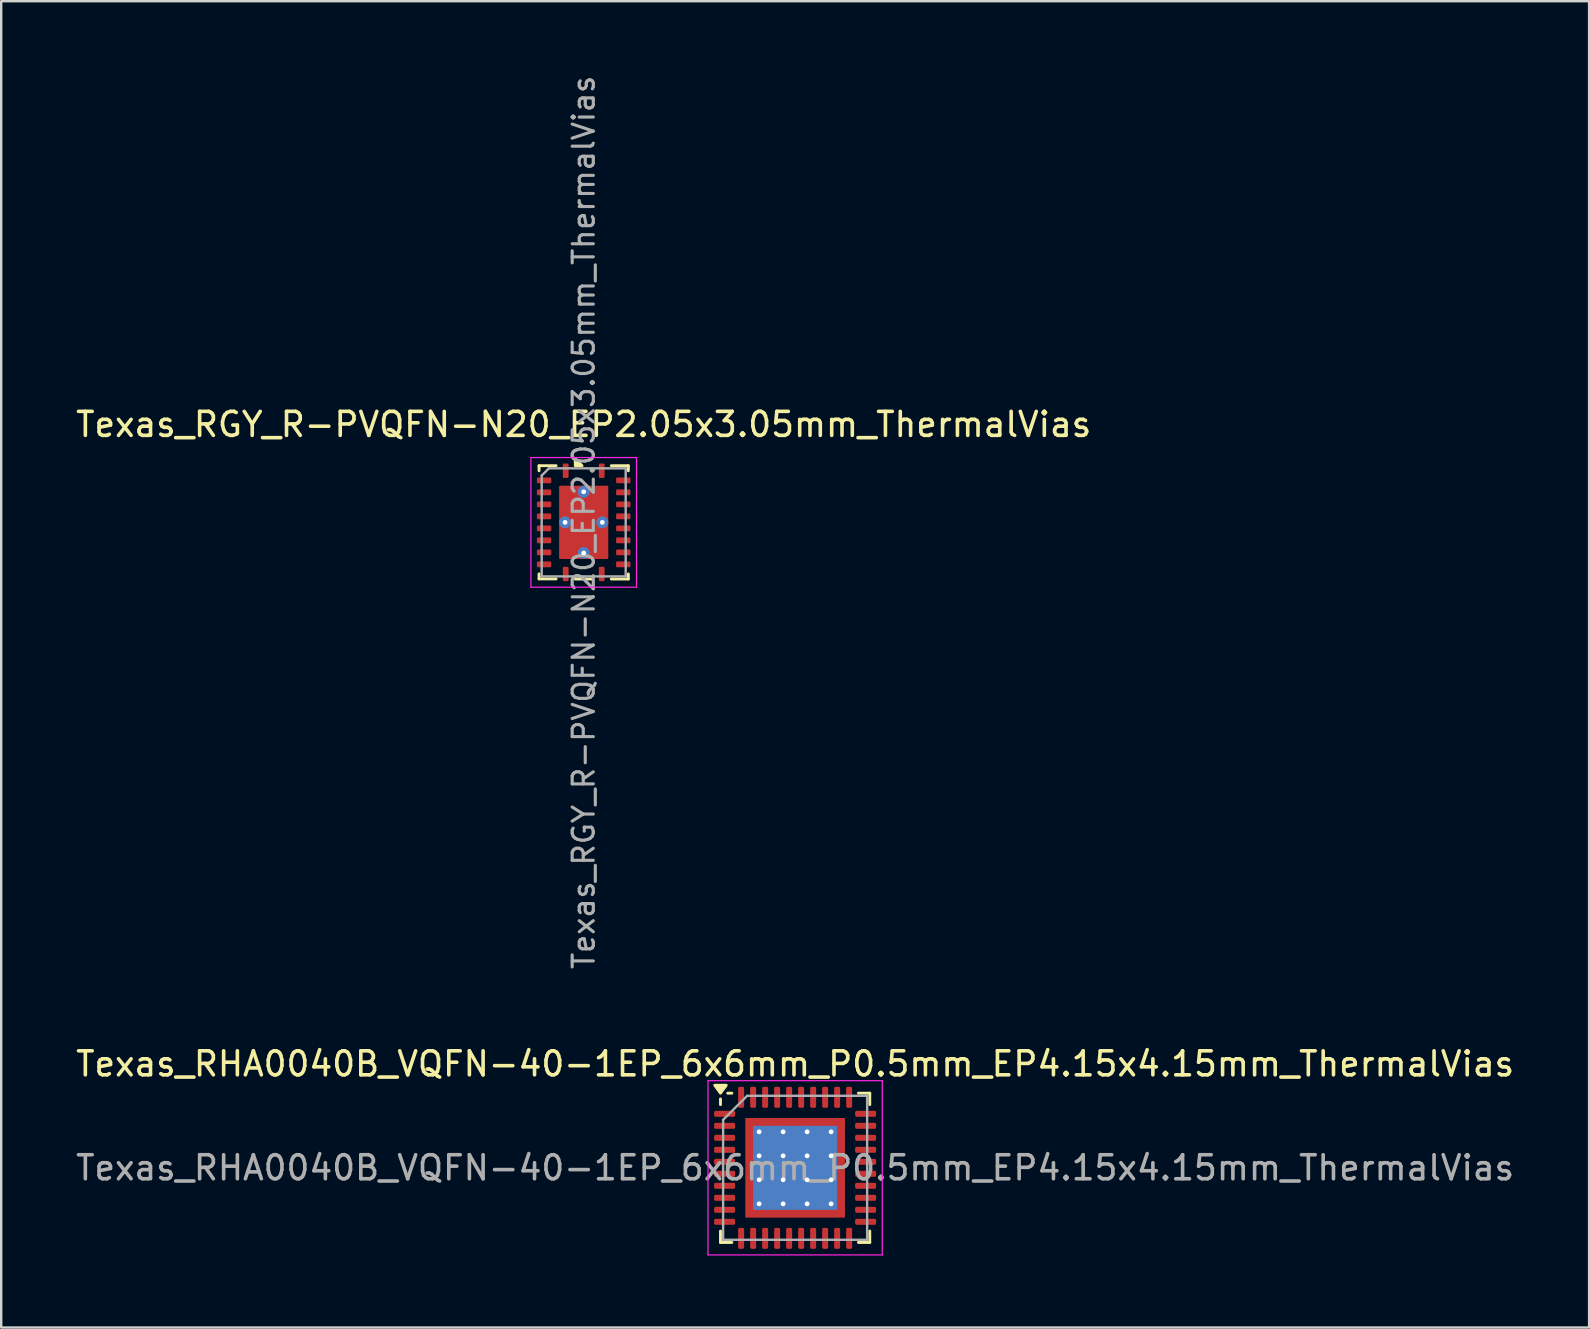
<source format=kicad_pcb>
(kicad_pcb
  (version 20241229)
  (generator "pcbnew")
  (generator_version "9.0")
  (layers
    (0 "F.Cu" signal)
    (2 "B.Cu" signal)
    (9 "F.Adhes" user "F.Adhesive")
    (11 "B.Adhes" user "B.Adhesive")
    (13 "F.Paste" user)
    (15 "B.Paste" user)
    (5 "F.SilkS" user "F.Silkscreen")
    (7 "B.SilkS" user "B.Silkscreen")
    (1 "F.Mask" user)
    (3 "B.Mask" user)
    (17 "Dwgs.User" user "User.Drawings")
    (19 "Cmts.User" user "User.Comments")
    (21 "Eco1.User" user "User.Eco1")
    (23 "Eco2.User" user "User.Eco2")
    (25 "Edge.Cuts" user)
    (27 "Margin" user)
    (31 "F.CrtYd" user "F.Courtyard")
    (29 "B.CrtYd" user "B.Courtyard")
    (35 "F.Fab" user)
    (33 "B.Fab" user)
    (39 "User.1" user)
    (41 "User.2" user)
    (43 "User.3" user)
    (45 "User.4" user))
  (footprint "Texas_RGY_R-PVQFN-N20_EP2.05x3.05mm_ThermalVias"
    (layer "F.Cu")
    (at 21.268 18.713)
    (property "Reference" "Texas_RGY_R-PVQFN-N20_EP2.05x3.05mm_ThermalVias" (at 0 -4.08 0) (layer "F.SilkS") (effects (font (size 1 1) (thickness 0.15))))
    (attr smd)
    (fp_line (start -1.86 -2.36) (end -1.86 -2.15) (stroke (width 0.12) (type solid)) (layer "F.SilkS"))
    (fp_line (start -1.86 2.355) (end -1.86 2.145) (stroke (width 0.12) (type solid)) (layer "F.SilkS"))
    (fp_line (start -1.15 -2.36) (end -1.86 -2.36) (stroke (width 0.12) (type solid)) (layer "F.SilkS"))
    (fp_line (start -1.15 2.355) (end -1.86 2.355) (stroke (width 0.12) (type solid)) (layer "F.SilkS"))
    (fp_line (start 0.35 2.36) (end -0.35 2.36) (stroke (width 0.12) (type solid)) (layer "F.SilkS"))
    (fp_line (start 1.15 -2.36) (end 1.86 -2.36) (stroke (width 0.12) (type solid)) (layer "F.SilkS"))
    (fp_line (start 1.15 2.36) (end 1.86 2.36) (stroke (width 0.12) (type solid)) (layer "F.SilkS"))
    (fp_line (start 1.86 -2.36) (end 1.86 -2.15) (stroke (width 0.12) (type solid)) (layer "F.SilkS"))
    (fp_line (start 1.86 2.36) (end 1.86 2.15) (stroke (width 0.12) (type solid)) (layer "F.SilkS"))
    (fp_poly (pts (xy -0.35 -2.36) (xy -0.35 -2.64) (xy -0.07 -2.36) (xy -0.35 -2.36)) (stroke (width 0.12) (type solid)) (fill yes) (layer "F.SilkS"))
    (fp_line (start -2.2 -2.7) (end -2.2 2.7) (stroke (width 0.05) (type solid)) (layer "F.CrtYd"))
    (fp_line (start -2.2 2.7) (end 2.2 2.7) (stroke (width 0.05) (type solid)) (layer "F.CrtYd"))
    (fp_line (start 2.2 -2.7) (end -2.2 -2.7) (stroke (width 0.05) (type solid)) (layer "F.CrtYd"))
    (fp_line (start 2.2 2.7) (end 2.2 -2.7) (stroke (width 0.05) (type solid)) (layer "F.CrtYd"))
    (fp_line (start -1.75 -1.95) (end -1.45 -2.25) (stroke (width 0.1) (type solid)) (layer "F.Fab"))
    (fp_line (start -1.75 2.25) (end -1.75 -1.95) (stroke (width 0.1) (type solid)) (layer "F.Fab"))
    (fp_line (start -1.45 -2.25) (end 1.75 -2.25) (stroke (width 0.1) (type solid)) (layer "F.Fab"))
    (fp_line (start 1.75 -2.25) (end 1.75 2.25) (stroke (width 0.1) (type solid)) (layer "F.Fab"))
    (fp_line (start 1.75 2.25) (end -1.75 2.25) (stroke (width 0.1) (type solid)) (layer "F.Fab"))
    (fp_text user "${REFERENCE}" (at 0 0 90) (layer "F.Fab") (effects (font (size 0.88 0.88) (thickness 0.13))))
    (pad "" smd rect (at -0.56 -0.77) (size 0.92 1.33) (layers "F.Paste"))
    (pad "" smd rect (at -0.56 0.77) (size 0.92 1.33) (layers "F.Paste"))
    (pad "" smd rect (at 0.56 -0.77) (size 0.92 1.33) (layers "F.Paste"))
    (pad "" smd rect (at 0.56 0.77) (size 0.92 1.33) (layers "F.Paste"))
    (pad "1" smd roundrect (at -0.75 -2.15 90) (size 0.6 0.24) (layers "F.Cu" "F.Mask" "F.Paste") (roundrect_rratio 0.208))
    (pad "2" smd roundrect (at -1.65 -1.75) (size 0.6 0.24) (layers "F.Cu" "F.Mask" "F.Paste") (roundrect_rratio 0.208))
    (pad "3" smd roundrect (at -1.65 -1.25) (size 0.6 0.24) (layers "F.Cu" "F.Mask" "F.Paste") (roundrect_rratio 0.208))
    (pad "4" smd roundrect (at -1.65 -0.75) (size 0.6 0.24) (layers "F.Cu" "F.Mask" "F.Paste") (roundrect_rratio 0.208))
    (pad "5" smd roundrect (at -1.65 -0.25) (size 0.6 0.24) (layers "F.Cu" "F.Mask" "F.Paste") (roundrect_rratio 0.208))
    (pad "6" smd roundrect (at -1.65 0.25) (size 0.6 0.24) (layers "F.Cu" "F.Mask" "F.Paste") (roundrect_rratio 0.208))
    (pad "7" smd roundrect (at -1.65 0.75) (size 0.6 0.24) (layers "F.Cu" "F.Mask" "F.Paste") (roundrect_rratio 0.208))
    (pad "8" smd roundrect (at -1.65 1.25) (size 0.6 0.24) (layers "F.Cu" "F.Mask" "F.Paste") (roundrect_rratio 0.208))
    (pad "9" smd roundrect (at -1.65 1.75) (size 0.6 0.24) (layers "F.Cu" "F.Mask" "F.Paste") (roundrect_rratio 0.208))
    (pad "10" smd roundrect (at -0.75 2.15 90) (size 0.6 0.24) (layers "F.Cu" "F.Mask" "F.Paste") (roundrect_rratio 0.208))
    (pad "11" smd roundrect (at 0.75 2.15 90) (size 0.6 0.24) (layers "F.Cu" "F.Mask" "F.Paste") (roundrect_rratio 0.208))
    (pad "12" smd roundrect (at 1.65 1.75) (size 0.6 0.24) (layers "F.Cu" "F.Mask" "F.Paste") (roundrect_rratio 0.208))
    (pad "13" smd roundrect (at 1.65 1.25) (size 0.6 0.24) (layers "F.Cu" "F.Mask" "F.Paste") (roundrect_rratio 0.208))
    (pad "14" smd roundrect (at 1.65 0.75) (size 0.6 0.24) (layers "F.Cu" "F.Mask" "F.Paste") (roundrect_rratio 0.208))
    (pad "15" smd roundrect (at 1.65 0.25) (size 0.6 0.24) (layers "F.Cu" "F.Mask" "F.Paste") (roundrect_rratio 0.208))
    (pad "16" smd roundrect (at 1.65 -0.25) (size 0.6 0.24) (layers "F.Cu" "F.Mask" "F.Paste") (roundrect_rratio 0.208))
    (pad "17" smd roundrect (at 1.65 -0.75) (size 0.6 0.24) (layers "F.Cu" "F.Mask" "F.Paste") (roundrect_rratio 0.208))
    (pad "18" smd roundrect (at 1.65 -1.25) (size 0.6 0.24) (layers "F.Cu" "F.Mask" "F.Paste") (roundrect_rratio 0.208))
    (pad "19" smd roundrect (at 1.65 -1.75) (size 0.6 0.24) (layers "F.Cu" "F.Mask" "F.Paste") (roundrect_rratio 0.208))
    (pad "20" smd roundrect (at 0.75 -2.15 90) (size 0.6 0.24) (layers "F.Cu" "F.Mask" "F.Paste") (roundrect_rratio 0.208))
    (pad "21" thru_hole circle (at -0.775 0) (size 0.5 0.5) (drill 0.2) (layers "*.Cu"))
    (pad "21" thru_hole circle (at 0 -1.275) (size 0.5 0.5) (drill 0.2) (layers "*.Cu"))
    (pad "21" smd roundrect (at 0 0) (size 2.05 3.05) (layers "F.Cu" "F.Mask") (roundrect_rratio 0.024))
    (pad "21" thru_hole circle (at 0 1.275) (size 0.5 0.5) (drill 0.2) (layers "*.Cu"))
    (pad "21" thru_hole circle (at 0.775 0) (size 0.5 0.5) (drill 0.2) (layers "*.Cu")))
  (footprint "Texas_RHA0040B_VQFN-40-1EP_6x6mm_P0.5mm_EP4.15x4.15mm_ThermalVias"
    (layer "F.Cu")
    (at 30.077 45.604)
    (property "Reference" "Texas_RHA0040B_VQFN-40-1EP_6x6mm_P0.5mm_EP4.15x4.15mm_ThermalVias" (at 0 -4.33 0) (layer "F.SilkS") (effects (font (size 1 1) (thickness 0.15))))
    (attr smd)
    (fp_line (start -3.11 -2.635) (end -3.11 -2.87) (stroke (width 0.12) (type solid)) (layer "F.SilkS"))
    (fp_line (start -3.11 3.11) (end -3.11 2.635) (stroke (width 0.12) (type solid)) (layer "F.SilkS"))
    (fp_line (start -2.635 -3.11) (end -2.81 -3.11) (stroke (width 0.12) (type solid)) (layer "F.SilkS"))
    (fp_line (start -2.635 3.11) (end -3.11 3.11) (stroke (width 0.12) (type solid)) (layer "F.SilkS"))
    (fp_line (start 2.635 -3.11) (end 3.11 -3.11) (stroke (width 0.12) (type solid)) (layer "F.SilkS"))
    (fp_line (start 2.635 3.11) (end 3.11 3.11) (stroke (width 0.12) (type solid)) (layer "F.SilkS"))
    (fp_line (start 3.11 -3.11) (end 3.11 -2.635) (stroke (width 0.12) (type solid)) (layer "F.SilkS"))
    (fp_line (start 3.11 3.11) (end 3.11 2.635) (stroke (width 0.12) (type solid)) (layer "F.SilkS"))
    (fp_poly (pts (xy -3.11 -3.11) (xy -3.35 -3.44) (xy -2.87 -3.44) (xy -3.11 -3.11)) (stroke (width 0.12) (type solid)) (fill yes) (layer "F.SilkS"))
    (fp_line (start -3.63 -3.63) (end -3.63 3.63) (stroke (width 0.05) (type solid)) (layer "F.CrtYd"))
    (fp_line (start -3.63 3.63) (end 3.63 3.63) (stroke (width 0.05) (type solid)) (layer "F.CrtYd"))
    (fp_line (start 3.63 -3.63) (end -3.63 -3.63) (stroke (width 0.05) (type solid)) (layer "F.CrtYd"))
    (fp_line (start 3.63 3.63) (end 3.63 -3.63) (stroke (width 0.05) (type solid)) (layer "F.CrtYd"))
    (fp_line (start -3 -2) (end -2 -3) (stroke (width 0.1) (type solid)) (layer "F.Fab"))
    (fp_line (start -3 3) (end -3 -2) (stroke (width 0.1) (type solid)) (layer "F.Fab"))
    (fp_line (start -2 -3) (end 3 -3) (stroke (width 0.1) (type solid)) (layer "F.Fab"))
    (fp_line (start 3 -3) (end 3 3) (stroke (width 0.1) (type solid)) (layer "F.Fab"))
    (fp_line (start 3 3) (end -3 3) (stroke (width 0.1) (type solid)) (layer "F.Fab"))
    (fp_text user "${REFERENCE}" (at 0 0 0) (layer "F.Fab") (effects (font (size 1 1) (thickness 0.15))))
    (pad "" smd custom (at -1.788 -1.788) (size 0.342 0.342) (layers "F.Paste") (options (anchor circle)) (primitives (gr_poly (pts (xy -0.116 -0.116) (xy 0.116 -0.116) (xy 0.116 0.012) (xy 0.012 0.116) (xy -0.116 0.116)) (width 0.232) (fill yes))))
    (pad "" smd custom (at -1.788 -1) (size 0.371 0.371) (layers "F.Paste") (options (anchor circle)) (primitives (gr_poly (pts (xy -0.14 -0.311) (xy 0.063 -0.311) (xy 0.14 -0.235) (xy 0.14 0.235) (xy 0.063 0.311) (xy -0.14 0.311)) (width 0.184) (fill yes))))
    (pad "" smd custom (at -1.788 0) (size 0.371 0.371) (layers "F.Paste") (options (anchor circle)) (primitives (gr_poly (pts (xy -0.14 -0.311) (xy 0.063 -0.311) (xy 0.14 -0.235) (xy 0.14 0.235) (xy 0.063 0.311) (xy -0.14 0.311)) (width 0.184) (fill yes))))
    (pad "" smd custom (at -1.788 1) (size 0.371 0.371) (layers "F.Paste") (options (anchor circle)) (primitives (gr_poly (pts (xy -0.14 -0.311) (xy 0.063 -0.311) (xy 0.14 -0.235) (xy 0.14 0.235) (xy 0.063 0.311) (xy -0.14 0.311)) (width 0.184) (fill yes))))
    (pad "" smd custom (at -1.788 1.788) (size 0.342 0.342) (layers "F.Paste") (options (anchor circle)) (primitives (gr_poly (pts (xy -0.116 -0.116) (xy 0.012 -0.116) (xy 0.116 -0.012) (xy 0.116 0.116) (xy -0.116 0.116)) (width 0.232) (fill yes))))
    (pad "" smd custom (at -1 -1.788) (size 0.371 0.371) (layers "F.Paste") (options (anchor circle)) (primitives (gr_poly (pts (xy -0.311 -0.14) (xy 0.311 -0.14) (xy 0.311 0.063) (xy 0.235 0.14) (xy -0.235 0.14) (xy -0.311 0.063)) (width 0.184) (fill yes))))
    (pad "" smd roundrect (at -1 -1) (size 0.806 0.806) (layers "F.Paste") (roundrect_rratio 0.25))
    (pad "" smd roundrect (at -1 0) (size 0.806 0.806) (layers "F.Paste") (roundrect_rratio 0.25))
    (pad "" smd roundrect (at -1 1) (size 0.806 0.806) (layers "F.Paste") (roundrect_rratio 0.25))
    (pad "" smd custom (at -1 1.788) (size 0.371 0.371) (layers "F.Paste") (options (anchor circle)) (primitives (gr_poly (pts (xy -0.311 -0.063) (xy -0.235 -0.14) (xy 0.235 -0.14) (xy 0.311 -0.063) (xy 0.311 0.14) (xy -0.311 0.14)) (width 0.184) (fill yes))))
    (pad "" smd custom (at 0 -1.788) (size 0.371 0.371) (layers "F.Paste") (options (anchor circle)) (primitives (gr_poly (pts (xy -0.311 -0.14) (xy 0.311 -0.14) (xy 0.311 0.063) (xy 0.235 0.14) (xy -0.235 0.14) (xy -0.311 0.063)) (width 0.184) (fill yes))))
    (pad "" smd roundrect (at 0 -1) (size 0.806 0.806) (layers "F.Paste") (roundrect_rratio 0.25))
    (pad "" smd roundrect (at 0 0) (size 0.806 0.806) (layers "F.Paste") (roundrect_rratio 0.25))
    (pad "" smd roundrect (at 0 1) (size 0.806 0.806) (layers "F.Paste") (roundrect_rratio 0.25))
    (pad "" smd custom (at 0 1.788) (size 0.371 0.371) (layers "F.Paste") (options (anchor circle)) (primitives (gr_poly (pts (xy -0.311 -0.063) (xy -0.235 -0.14) (xy 0.235 -0.14) (xy 0.311 -0.063) (xy 0.311 0.14) (xy -0.311 0.14)) (width 0.184) (fill yes))))
    (pad "" smd custom (at 1 -1.788) (size 0.371 0.371) (layers "F.Paste") (options (anchor circle)) (primitives (gr_poly (pts (xy -0.311 -0.14) (xy 0.311 -0.14) (xy 0.311 0.063) (xy 0.235 0.14) (xy -0.235 0.14) (xy -0.311 0.063)) (width 0.184) (fill yes))))
    (pad "" smd roundrect (at 1 -1) (size 0.806 0.806) (layers "F.Paste") (roundrect_rratio 0.25))
    (pad "" smd roundrect (at 1 0) (size 0.806 0.806) (layers "F.Paste") (roundrect_rratio 0.25))
    (pad "" smd roundrect (at 1 1) (size 0.806 0.806) (layers "F.Paste") (roundrect_rratio 0.25))
    (pad "" smd custom (at 1 1.788) (size 0.371 0.371) (layers "F.Paste") (options (anchor circle)) (primitives (gr_poly (pts (xy -0.311 -0.063) (xy -0.235 -0.14) (xy 0.235 -0.14) (xy 0.311 -0.063) (xy 0.311 0.14) (xy -0.311 0.14)) (width 0.184) (fill yes))))
    (pad "" smd custom (at 1.788 -1.788) (size 0.342 0.342) (layers "F.Paste") (options (anchor circle)) (primitives (gr_poly (pts (xy -0.116 -0.116) (xy 0.116 -0.116) (xy 0.116 0.116) (xy -0.012 0.116) (xy -0.116 0.012)) (width 0.232) (fill yes))))
    (pad "" smd custom (at 1.788 -1) (size 0.371 0.371) (layers "F.Paste") (options (anchor circle)) (primitives (gr_poly (pts (xy -0.14 -0.235) (xy -0.063 -0.311) (xy 0.14 -0.311) (xy 0.14 0.311) (xy -0.063 0.311) (xy -0.14 0.235)) (width 0.184) (fill yes))))
    (pad "" smd custom (at 1.788 0) (size 0.371 0.371) (layers "F.Paste") (options (anchor circle)) (primitives (gr_poly (pts (xy -0.14 -0.235) (xy -0.063 -0.311) (xy 0.14 -0.311) (xy 0.14 0.311) (xy -0.063 0.311) (xy -0.14 0.235)) (width 0.184) (fill yes))))
    (pad "" smd custom (at 1.788 1) (size 0.371 0.371) (layers "F.Paste") (options (anchor circle)) (primitives (gr_poly (pts (xy -0.14 -0.235) (xy -0.063 -0.311) (xy 0.14 -0.311) (xy 0.14 0.311) (xy -0.063 0.311) (xy -0.14 0.235)) (width 0.184) (fill yes))))
    (pad "" smd custom (at 1.788 1.788) (size 0.342 0.342) (layers "F.Paste") (options (anchor circle)) (primitives (gr_poly (pts (xy -0.116 -0.012) (xy -0.012 -0.116) (xy 0.116 -0.116) (xy 0.116 0.116) (xy -0.116 0.116)) (width 0.232) (fill yes))))
    (pad "1" smd roundrect (at -2.938 -2.25) (size 0.875 0.25) (layers "F.Cu" "F.Mask" "F.Paste") (roundrect_rratio 0.25))
    (pad "2" smd roundrect (at -2.938 -1.75) (size 0.875 0.25) (layers "F.Cu" "F.Mask" "F.Paste") (roundrect_rratio 0.25))
    (pad "3" smd roundrect (at -2.938 -1.25) (size 0.875 0.25) (layers "F.Cu" "F.Mask" "F.Paste") (roundrect_rratio 0.25))
    (pad "4" smd roundrect (at -2.938 -0.75) (size 0.875 0.25) (layers "F.Cu" "F.Mask" "F.Paste") (roundrect_rratio 0.25))
    (pad "5" smd roundrect (at -2.938 -0.25) (size 0.875 0.25) (layers "F.Cu" "F.Mask" "F.Paste") (roundrect_rratio 0.25))
    (pad "6" smd roundrect (at -2.938 0.25) (size 0.875 0.25) (layers "F.Cu" "F.Mask" "F.Paste") (roundrect_rratio 0.25))
    (pad "7" smd roundrect (at -2.938 0.75) (size 0.875 0.25) (layers "F.Cu" "F.Mask" "F.Paste") (roundrect_rratio 0.25))
    (pad "8" smd roundrect (at -2.938 1.25) (size 0.875 0.25) (layers "F.Cu" "F.Mask" "F.Paste") (roundrect_rratio 0.25))
    (pad "9" smd roundrect (at -2.938 1.75) (size 0.875 0.25) (layers "F.Cu" "F.Mask" "F.Paste") (roundrect_rratio 0.25))
    (pad "10" smd roundrect (at -2.938 2.25) (size 0.875 0.25) (layers "F.Cu" "F.Mask" "F.Paste") (roundrect_rratio 0.25))
    (pad "11" smd roundrect (at -2.25 2.938) (size 0.25 0.875) (layers "F.Cu" "F.Mask" "F.Paste") (roundrect_rratio 0.25))
    (pad "12" smd roundrect (at -1.75 2.938) (size 0.25 0.875) (layers "F.Cu" "F.Mask" "F.Paste") (roundrect_rratio 0.25))
    (pad "13" smd roundrect (at -1.25 2.938) (size 0.25 0.875) (layers "F.Cu" "F.Mask" "F.Paste") (roundrect_rratio 0.25))
    (pad "14" smd roundrect (at -0.75 2.938) (size 0.25 0.875) (layers "F.Cu" "F.Mask" "F.Paste") (roundrect_rratio 0.25))
    (pad "15" smd roundrect (at -0.25 2.938) (size 0.25 0.875) (layers "F.Cu" "F.Mask" "F.Paste") (roundrect_rratio 0.25))
    (pad "16" smd roundrect (at 0.25 2.938) (size 0.25 0.875) (layers "F.Cu" "F.Mask" "F.Paste") (roundrect_rratio 0.25))
    (pad "17" smd roundrect (at 0.75 2.938) (size 0.25 0.875) (layers "F.Cu" "F.Mask" "F.Paste") (roundrect_rratio 0.25))
    (pad "18" smd roundrect (at 1.25 2.938) (size 0.25 0.875) (layers "F.Cu" "F.Mask" "F.Paste") (roundrect_rratio 0.25))
    (pad "19" smd roundrect (at 1.75 2.938) (size 0.25 0.875) (layers "F.Cu" "F.Mask" "F.Paste") (roundrect_rratio 0.25))
    (pad "20" smd roundrect (at 2.25 2.938) (size 0.25 0.875) (layers "F.Cu" "F.Mask" "F.Paste") (roundrect_rratio 0.25))
    (pad "21" smd roundrect (at 2.938 2.25) (size 0.875 0.25) (layers "F.Cu" "F.Mask" "F.Paste") (roundrect_rratio 0.25))
    (pad "22" smd roundrect (at 2.938 1.75) (size 0.875 0.25) (layers "F.Cu" "F.Mask" "F.Paste") (roundrect_rratio 0.25))
    (pad "23" smd roundrect (at 2.938 1.25) (size 0.875 0.25) (layers "F.Cu" "F.Mask" "F.Paste") (roundrect_rratio 0.25))
    (pad "24" smd roundrect (at 2.938 0.75) (size 0.875 0.25) (layers "F.Cu" "F.Mask" "F.Paste") (roundrect_rratio 0.25))
    (pad "25" smd roundrect (at 2.938 0.25) (size 0.875 0.25) (layers "F.Cu" "F.Mask" "F.Paste") (roundrect_rratio 0.25))
    (pad "26" smd roundrect (at 2.938 -0.25) (size 0.875 0.25) (layers "F.Cu" "F.Mask" "F.Paste") (roundrect_rratio 0.25))
    (pad "27" smd roundrect (at 2.938 -0.75) (size 0.875 0.25) (layers "F.Cu" "F.Mask" "F.Paste") (roundrect_rratio 0.25))
    (pad "28" smd roundrect (at 2.938 -1.25) (size 0.875 0.25) (layers "F.Cu" "F.Mask" "F.Paste") (roundrect_rratio 0.25))
    (pad "29" smd roundrect (at 2.938 -1.75) (size 0.875 0.25) (layers "F.Cu" "F.Mask" "F.Paste") (roundrect_rratio 0.25))
    (pad "30" smd roundrect (at 2.938 -2.25) (size 0.875 0.25) (layers "F.Cu" "F.Mask" "F.Paste") (roundrect_rratio 0.25))
    (pad "31" smd roundrect (at 2.25 -2.938) (size 0.25 0.875) (layers "F.Cu" "F.Mask" "F.Paste") (roundrect_rratio 0.25))
    (pad "32" smd roundrect (at 1.75 -2.938) (size 0.25 0.875) (layers "F.Cu" "F.Mask" "F.Paste") (roundrect_rratio 0.25))
    (pad "33" smd roundrect (at 1.25 -2.938) (size 0.25 0.875) (layers "F.Cu" "F.Mask" "F.Paste") (roundrect_rratio 0.25))
    (pad "34" smd roundrect (at 0.75 -2.938) (size 0.25 0.875) (layers "F.Cu" "F.Mask" "F.Paste") (roundrect_rratio 0.25))
    (pad "35" smd roundrect (at 0.25 -2.938) (size 0.25 0.875) (layers "F.Cu" "F.Mask" "F.Paste") (roundrect_rratio 0.25))
    (pad "36" smd roundrect (at -0.25 -2.938) (size 0.25 0.875) (layers "F.Cu" "F.Mask" "F.Paste") (roundrect_rratio 0.25))
    (pad "37" smd roundrect (at -0.75 -2.938) (size 0.25 0.875) (layers "F.Cu" "F.Mask" "F.Paste") (roundrect_rratio 0.25))
    (pad "38" smd roundrect (at -1.25 -2.938) (size 0.25 0.875) (layers "F.Cu" "F.Mask" "F.Paste") (roundrect_rratio 0.25))
    (pad "39" smd roundrect (at -1.75 -2.938) (size 0.25 0.875) (layers "F.Cu" "F.Mask" "F.Paste") (roundrect_rratio 0.25))
    (pad "40" smd roundrect (at -2.25 -2.938) (size 0.25 0.875) (layers "F.Cu" "F.Mask" "F.Paste") (roundrect_rratio 0.25))
    (pad "41" thru_hole circle (at -1.5 -1.5) (size 0.5 0.5) (drill 0.2) (property pad_prop_heatsink) (layers "*.Cu"))
    (pad "41" thru_hole circle (at -1.5 -0.5) (size 0.5 0.5) (drill 0.2) (property pad_prop_heatsink) (layers "*.Cu"))
    (pad "41" thru_hole circle (at -1.5 0.5) (size 0.5 0.5) (drill 0.2) (property pad_prop_heatsink) (layers "*.Cu"))
    (pad "41" thru_hole circle (at -1.5 1.5) (size 0.5 0.5) (drill 0.2) (property pad_prop_heatsink) (layers "*.Cu"))
    (pad "41" thru_hole circle (at -0.5 -1.5) (size 0.5 0.5) (drill 0.2) (property pad_prop_heatsink) (layers "*.Cu"))
    (pad "41" thru_hole circle (at -0.5 -0.5) (size 0.5 0.5) (drill 0.2) (property pad_prop_heatsink) (layers "*.Cu"))
    (pad "41" thru_hole circle (at -0.5 0.5) (size 0.5 0.5) (drill 0.2) (property pad_prop_heatsink) (layers "*.Cu"))
    (pad "41" thru_hole circle (at -0.5 1.5) (size 0.5 0.5) (drill 0.2) (property pad_prop_heatsink) (layers "*.Cu"))
    (pad "41" smd rect (at 0 0) (size 3.5 3.5) (property pad_prop_heatsink) (layers "B.Cu"))
    (pad "41" smd rect (at 0 0) (size 4.15 4.15) (property pad_prop_heatsink) (layers "F.Cu" "F.Mask"))
    (pad "41" thru_hole circle (at 0.5 -1.5) (size 0.5 0.5) (drill 0.2) (property pad_prop_heatsink) (layers "*.Cu"))
    (pad "41" thru_hole circle (at 0.5 -0.5) (size 0.5 0.5) (drill 0.2) (property pad_prop_heatsink) (layers "*.Cu"))
    (pad "41" thru_hole circle (at 0.5 0.5) (size 0.5 0.5) (drill 0.2) (property pad_prop_heatsink) (layers "*.Cu"))
    (pad "41" thru_hole circle (at 0.5 1.5) (size 0.5 0.5) (drill 0.2) (property pad_prop_heatsink) (layers "*.Cu"))
    (pad "41" thru_hole circle (at 1.5 -1.5) (size 0.5 0.5) (drill 0.2) (property pad_prop_heatsink) (layers "*.Cu"))
    (pad "41" thru_hole circle (at 1.5 -0.5) (size 0.5 0.5) (drill 0.2) (property pad_prop_heatsink) (layers "*.Cu"))
    (pad "41" thru_hole circle (at 1.5 0.5) (size 0.5 0.5) (drill 0.2) (property pad_prop_heatsink) (layers "*.Cu"))
    (pad "41" thru_hole circle (at 1.5 1.5) (size 0.5 0.5) (drill 0.2) (property pad_prop_heatsink) (layers "*.Cu")))
  (gr_rect
    (start -3 -3)
    (end 63.155 52.259)
    (stroke (width 0.1) (type default))
    (fill no)
    (layer "Edge.Cuts")))
</source>
